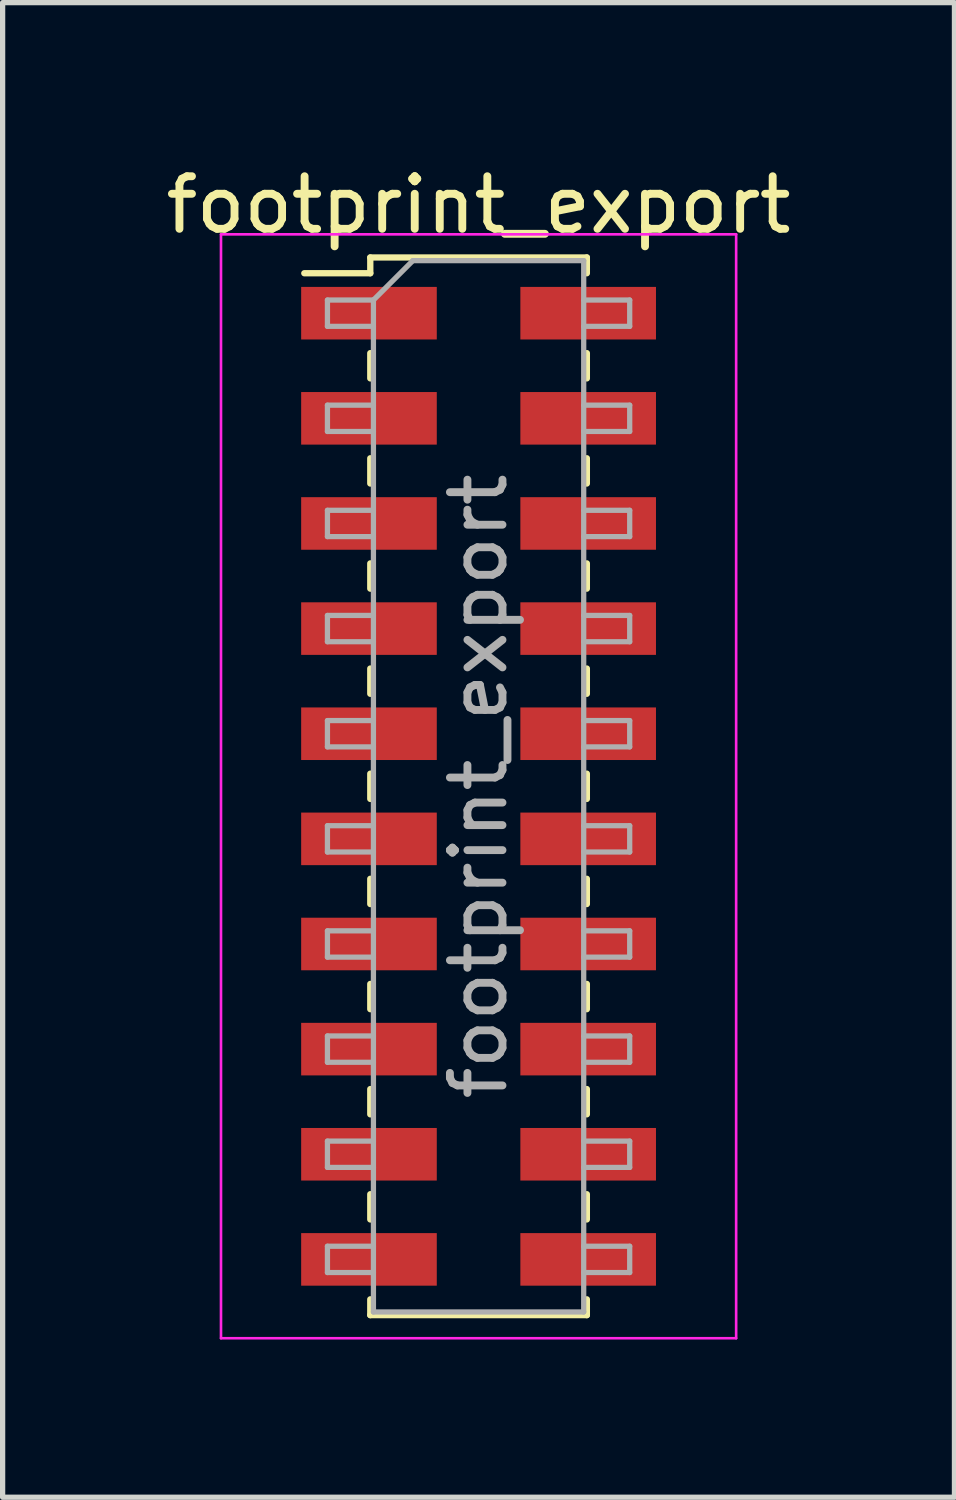
<source format=kicad_pcb>
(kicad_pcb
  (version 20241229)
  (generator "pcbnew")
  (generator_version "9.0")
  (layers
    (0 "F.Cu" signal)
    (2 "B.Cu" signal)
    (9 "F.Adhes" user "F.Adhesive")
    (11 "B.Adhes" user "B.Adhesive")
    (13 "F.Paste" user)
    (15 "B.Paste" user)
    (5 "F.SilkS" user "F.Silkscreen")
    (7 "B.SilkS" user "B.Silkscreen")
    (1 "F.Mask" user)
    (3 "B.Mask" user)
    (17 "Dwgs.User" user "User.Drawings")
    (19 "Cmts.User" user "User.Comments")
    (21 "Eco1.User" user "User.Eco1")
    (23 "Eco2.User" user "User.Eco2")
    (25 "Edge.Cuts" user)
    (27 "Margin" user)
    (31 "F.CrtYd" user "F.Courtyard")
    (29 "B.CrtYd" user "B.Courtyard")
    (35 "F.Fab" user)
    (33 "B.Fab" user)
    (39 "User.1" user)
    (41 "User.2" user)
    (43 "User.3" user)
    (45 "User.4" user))
  (footprint "footprint_export"
    (layer "F.Cu")
    (at 6.054 11.908)
    (property "Reference" "footprint_export" (at 0 -11.06 0) (layer "F.SilkS") (effects (font (size 1 1) (thickness 0.15))))
    (attr smd)
    (fp_line (start -3.315 -9.76) (end -2.06 -9.76) (stroke (width 0.12) (type solid)) (layer "F.SilkS"))
    (fp_line (start -2.06 -10.06) (end -2.06 -9.76) (stroke (width 0.12) (type solid)) (layer "F.SilkS"))
    (fp_line (start -2.06 -10.06) (end 2.06 -10.06) (stroke (width 0.12) (type solid)) (layer "F.SilkS"))
    (fp_line (start -2.06 -8.24) (end -2.06 -7.76) (stroke (width 0.12) (type solid)) (layer "F.SilkS"))
    (fp_line (start -2.06 -6.24) (end -2.06 -5.76) (stroke (width 0.12) (type solid)) (layer "F.SilkS"))
    (fp_line (start -2.06 -4.24) (end -2.06 -3.76) (stroke (width 0.12) (type solid)) (layer "F.SilkS"))
    (fp_line (start -2.06 -2.24) (end -2.06 -1.76) (stroke (width 0.12) (type solid)) (layer "F.SilkS"))
    (fp_line (start -2.06 -0.24) (end -2.06 0.24) (stroke (width 0.12) (type solid)) (layer "F.SilkS"))
    (fp_line (start -2.06 1.76) (end -2.06 2.24) (stroke (width 0.12) (type solid)) (layer "F.SilkS"))
    (fp_line (start -2.06 3.76) (end -2.06 4.24) (stroke (width 0.12) (type solid)) (layer "F.SilkS"))
    (fp_line (start -2.06 5.76) (end -2.06 6.24) (stroke (width 0.12) (type solid)) (layer "F.SilkS"))
    (fp_line (start -2.06 7.76) (end -2.06 8.24) (stroke (width 0.12) (type solid)) (layer "F.SilkS"))
    (fp_line (start -2.06 9.76) (end -2.06 10.06) (stroke (width 0.12) (type solid)) (layer "F.SilkS"))
    (fp_line (start -2.06 10.06) (end 2.06 10.06) (stroke (width 0.12) (type solid)) (layer "F.SilkS"))
    (fp_line (start 2.06 -10.06) (end 2.06 -9.76) (stroke (width 0.12) (type solid)) (layer "F.SilkS"))
    (fp_line (start 2.06 -8.24) (end 2.06 -7.76) (stroke (width 0.12) (type solid)) (layer "F.SilkS"))
    (fp_line (start 2.06 -6.24) (end 2.06 -5.76) (stroke (width 0.12) (type solid)) (layer "F.SilkS"))
    (fp_line (start 2.06 -4.24) (end 2.06 -3.76) (stroke (width 0.12) (type solid)) (layer "F.SilkS"))
    (fp_line (start 2.06 -2.24) (end 2.06 -1.76) (stroke (width 0.12) (type solid)) (layer "F.SilkS"))
    (fp_line (start 2.06 -0.24) (end 2.06 0.24) (stroke (width 0.12) (type solid)) (layer "F.SilkS"))
    (fp_line (start 2.06 1.76) (end 2.06 2.24) (stroke (width 0.12) (type solid)) (layer "F.SilkS"))
    (fp_line (start 2.06 3.76) (end 2.06 4.24) (stroke (width 0.12) (type solid)) (layer "F.SilkS"))
    (fp_line (start 2.06 5.76) (end 2.06 6.24) (stroke (width 0.12) (type solid)) (layer "F.SilkS"))
    (fp_line (start 2.06 7.76) (end 2.06 8.24) (stroke (width 0.12) (type solid)) (layer "F.SilkS"))
    (fp_line (start 2.06 9.76) (end 2.06 10.06) (stroke (width 0.12) (type solid)) (layer "F.SilkS"))
    (fp_line (start -4.9 -10.5) (end -4.9 10.5) (stroke (width 0.05) (type solid)) (layer "F.CrtYd"))
    (fp_line (start -4.9 10.5) (end 4.9 10.5) (stroke (width 0.05) (type solid)) (layer "F.CrtYd"))
    (fp_line (start 4.9 -10.5) (end -4.9 -10.5) (stroke (width 0.05) (type solid)) (layer "F.CrtYd"))
    (fp_line (start 4.9 10.5) (end 4.9 -10.5) (stroke (width 0.05) (type solid)) (layer "F.CrtYd"))
    (fp_line (start -2.875 -9.25) (end -2.875 -8.75) (stroke (width 0.1) (type solid)) (layer "F.Fab"))
    (fp_line (start -2.875 -8.75) (end -2 -8.75) (stroke (width 0.1) (type solid)) (layer "F.Fab"))
    (fp_line (start -2.875 -7.25) (end -2.875 -6.75) (stroke (width 0.1) (type solid)) (layer "F.Fab"))
    (fp_line (start -2.875 -6.75) (end -2 -6.75) (stroke (width 0.1) (type solid)) (layer "F.Fab"))
    (fp_line (start -2.875 -5.25) (end -2.875 -4.75) (stroke (width 0.1) (type solid)) (layer "F.Fab"))
    (fp_line (start -2.875 -4.75) (end -2 -4.75) (stroke (width 0.1) (type solid)) (layer "F.Fab"))
    (fp_line (start -2.875 -3.25) (end -2.875 -2.75) (stroke (width 0.1) (type solid)) (layer "F.Fab"))
    (fp_line (start -2.875 -2.75) (end -2 -2.75) (stroke (width 0.1) (type solid)) (layer "F.Fab"))
    (fp_line (start -2.875 -1.25) (end -2.875 -0.75) (stroke (width 0.1) (type solid)) (layer "F.Fab"))
    (fp_line (start -2.875 -0.75) (end -2 -0.75) (stroke (width 0.1) (type solid)) (layer "F.Fab"))
    (fp_line (start -2.875 0.75) (end -2.875 1.25) (stroke (width 0.1) (type solid)) (layer "F.Fab"))
    (fp_line (start -2.875 1.25) (end -2 1.25) (stroke (width 0.1) (type solid)) (layer "F.Fab"))
    (fp_line (start -2.875 2.75) (end -2.875 3.25) (stroke (width 0.1) (type solid)) (layer "F.Fab"))
    (fp_line (start -2.875 3.25) (end -2 3.25) (stroke (width 0.1) (type solid)) (layer "F.Fab"))
    (fp_line (start -2.875 4.75) (end -2.875 5.25) (stroke (width 0.1) (type solid)) (layer "F.Fab"))
    (fp_line (start -2.875 5.25) (end -2 5.25) (stroke (width 0.1) (type solid)) (layer "F.Fab"))
    (fp_line (start -2.875 6.75) (end -2.875 7.25) (stroke (width 0.1) (type solid)) (layer "F.Fab"))
    (fp_line (start -2.875 7.25) (end -2 7.25) (stroke (width 0.1) (type solid)) (layer "F.Fab"))
    (fp_line (start -2.875 8.75) (end -2.875 9.25) (stroke (width 0.1) (type solid)) (layer "F.Fab"))
    (fp_line (start -2.875 9.25) (end -2 9.25) (stroke (width 0.1) (type solid)) (layer "F.Fab"))
    (fp_line (start -2 -9.25) (end -2.875 -9.25) (stroke (width 0.1) (type solid)) (layer "F.Fab"))
    (fp_line (start -2 -9.25) (end -1.25 -10) (stroke (width 0.1) (type solid)) (layer "F.Fab"))
    (fp_line (start -2 -7.25) (end -2.875 -7.25) (stroke (width 0.1) (type solid)) (layer "F.Fab"))
    (fp_line (start -2 -5.25) (end -2.875 -5.25) (stroke (width 0.1) (type solid)) (layer "F.Fab"))
    (fp_line (start -2 -3.25) (end -2.875 -3.25) (stroke (width 0.1) (type solid)) (layer "F.Fab"))
    (fp_line (start -2 -1.25) (end -2.875 -1.25) (stroke (width 0.1) (type solid)) (layer "F.Fab"))
    (fp_line (start -2 0.75) (end -2.875 0.75) (stroke (width 0.1) (type solid)) (layer "F.Fab"))
    (fp_line (start -2 2.75) (end -2.875 2.75) (stroke (width 0.1) (type solid)) (layer "F.Fab"))
    (fp_line (start -2 4.75) (end -2.875 4.75) (stroke (width 0.1) (type solid)) (layer "F.Fab"))
    (fp_line (start -2 6.75) (end -2.875 6.75) (stroke (width 0.1) (type solid)) (layer "F.Fab"))
    (fp_line (start -2 8.75) (end -2.875 8.75) (stroke (width 0.1) (type solid)) (layer "F.Fab"))
    (fp_line (start -2 10) (end -2 -9.25) (stroke (width 0.1) (type solid)) (layer "F.Fab"))
    (fp_line (start -1.25 -10) (end 2 -10) (stroke (width 0.1) (type solid)) (layer "F.Fab"))
    (fp_line (start 2 -10) (end 2 10) (stroke (width 0.1) (type solid)) (layer "F.Fab"))
    (fp_line (start 2 -9.25) (end 2.875 -9.25) (stroke (width 0.1) (type solid)) (layer "F.Fab"))
    (fp_line (start 2 -7.25) (end 2.875 -7.25) (stroke (width 0.1) (type solid)) (layer "F.Fab"))
    (fp_line (start 2 -5.25) (end 2.875 -5.25) (stroke (width 0.1) (type solid)) (layer "F.Fab"))
    (fp_line (start 2 -3.25) (end 2.875 -3.25) (stroke (width 0.1) (type solid)) (layer "F.Fab"))
    (fp_line (start 2 -1.25) (end 2.875 -1.25) (stroke (width 0.1) (type solid)) (layer "F.Fab"))
    (fp_line (start 2 0.75) (end 2.875 0.75) (stroke (width 0.1) (type solid)) (layer "F.Fab"))
    (fp_line (start 2 2.75) (end 2.875 2.75) (stroke (width 0.1) (type solid)) (layer "F.Fab"))
    (fp_line (start 2 4.75) (end 2.875 4.75) (stroke (width 0.1) (type solid)) (layer "F.Fab"))
    (fp_line (start 2 6.75) (end 2.875 6.75) (stroke (width 0.1) (type solid)) (layer "F.Fab"))
    (fp_line (start 2 8.75) (end 2.875 8.75) (stroke (width 0.1) (type solid)) (layer "F.Fab"))
    (fp_line (start 2 10) (end -2 10) (stroke (width 0.1) (type solid)) (layer "F.Fab"))
    (fp_line (start 2.875 -9.25) (end 2.875 -8.75) (stroke (width 0.1) (type solid)) (layer "F.Fab"))
    (fp_line (start 2.875 -8.75) (end 2 -8.75) (stroke (width 0.1) (type solid)) (layer "F.Fab"))
    (fp_line (start 2.875 -7.25) (end 2.875 -6.75) (stroke (width 0.1) (type solid)) (layer "F.Fab"))
    (fp_line (start 2.875 -6.75) (end 2 -6.75) (stroke (width 0.1) (type solid)) (layer "F.Fab"))
    (fp_line (start 2.875 -5.25) (end 2.875 -4.75) (stroke (width 0.1) (type solid)) (layer "F.Fab"))
    (fp_line (start 2.875 -4.75) (end 2 -4.75) (stroke (width 0.1) (type solid)) (layer "F.Fab"))
    (fp_line (start 2.875 -3.25) (end 2.875 -2.75) (stroke (width 0.1) (type solid)) (layer "F.Fab"))
    (fp_line (start 2.875 -2.75) (end 2 -2.75) (stroke (width 0.1) (type solid)) (layer "F.Fab"))
    (fp_line (start 2.875 -1.25) (end 2.875 -0.75) (stroke (width 0.1) (type solid)) (layer "F.Fab"))
    (fp_line (start 2.875 -0.75) (end 2 -0.75) (stroke (width 0.1) (type solid)) (layer "F.Fab"))
    (fp_line (start 2.875 0.75) (end 2.875 1.25) (stroke (width 0.1) (type solid)) (layer "F.Fab"))
    (fp_line (start 2.875 1.25) (end 2 1.25) (stroke (width 0.1) (type solid)) (layer "F.Fab"))
    (fp_line (start 2.875 2.75) (end 2.875 3.25) (stroke (width 0.1) (type solid)) (layer "F.Fab"))
    (fp_line (start 2.875 3.25) (end 2 3.25) (stroke (width 0.1) (type solid)) (layer "F.Fab"))
    (fp_line (start 2.875 4.75) (end 2.875 5.25) (stroke (width 0.1) (type solid)) (layer "F.Fab"))
    (fp_line (start 2.875 5.25) (end 2 5.25) (stroke (width 0.1) (type solid)) (layer "F.Fab"))
    (fp_line (start 2.875 6.75) (end 2.875 7.25) (stroke (width 0.1) (type solid)) (layer "F.Fab"))
    (fp_line (start 2.875 7.25) (end 2 7.25) (stroke (width 0.1) (type solid)) (layer "F.Fab"))
    (fp_line (start 2.875 8.75) (end 2.875 9.25) (stroke (width 0.1) (type solid)) (layer "F.Fab"))
    (fp_line (start 2.875 9.25) (end 2 9.25) (stroke (width 0.1) (type solid)) (layer "F.Fab"))
    (fp_text user "${REFERENCE}" (at 0 0 90) (layer "F.Fab") (effects (font (size 1 1) (thickness 0.15))))
    (pad "1" smd rect (at -2.085 -9) (size 2.58 1) (layers "F.Cu" "F.Mask" "F.Paste"))
    (pad "2" smd rect (at 2.085 -9) (size 2.58 1) (layers "F.Cu" "F.Mask" "F.Paste"))
    (pad "3" smd rect (at -2.085 -7) (size 2.58 1) (layers "F.Cu" "F.Mask" "F.Paste"))
    (pad "4" smd rect (at 2.085 -7) (size 2.58 1) (layers "F.Cu" "F.Mask" "F.Paste"))
    (pad "5" smd rect (at -2.085 -5) (size 2.58 1) (layers "F.Cu" "F.Mask" "F.Paste"))
    (pad "6" smd rect (at 2.085 -5) (size 2.58 1) (layers "F.Cu" "F.Mask" "F.Paste"))
    (pad "7" smd rect (at -2.085 -3) (size 2.58 1) (layers "F.Cu" "F.Mask" "F.Paste"))
    (pad "8" smd rect (at 2.085 -3) (size 2.58 1) (layers "F.Cu" "F.Mask" "F.Paste"))
    (pad "9" smd rect (at -2.085 -1) (size 2.58 1) (layers "F.Cu" "F.Mask" "F.Paste"))
    (pad "10" smd rect (at 2.085 -1) (size 2.58 1) (layers "F.Cu" "F.Mask" "F.Paste"))
    (pad "11" smd rect (at -2.085 1) (size 2.58 1) (layers "F.Cu" "F.Mask" "F.Paste"))
    (pad "12" smd rect (at 2.085 1) (size 2.58 1) (layers "F.Cu" "F.Mask" "F.Paste"))
    (pad "13" smd rect (at -2.085 3) (size 2.58 1) (layers "F.Cu" "F.Mask" "F.Paste"))
    (pad "14" smd rect (at 2.085 3) (size 2.58 1) (layers "F.Cu" "F.Mask" "F.Paste"))
    (pad "15" smd rect (at -2.085 5) (size 2.58 1) (layers "F.Cu" "F.Mask" "F.Paste"))
    (pad "16" smd rect (at 2.085 5) (size 2.58 1) (layers "F.Cu" "F.Mask" "F.Paste"))
    (pad "17" smd rect (at -2.085 7) (size 2.58 1) (layers "F.Cu" "F.Mask" "F.Paste"))
    (pad "18" smd rect (at 2.085 7) (size 2.58 1) (layers "F.Cu" "F.Mask" "F.Paste"))
    (pad "19" smd rect (at -2.085 9) (size 2.58 1) (layers "F.Cu" "F.Mask" "F.Paste"))
    (pad "20" smd rect (at 2.085 9) (size 2.58 1) (layers "F.Cu" "F.Mask" "F.Paste")))
  (gr_rect
    (start -3 -3)
    (end 15.107 25.433)
    (stroke (width 0.1) (type default))
    (fill no)
    (layer "Edge.Cuts")))
</source>
